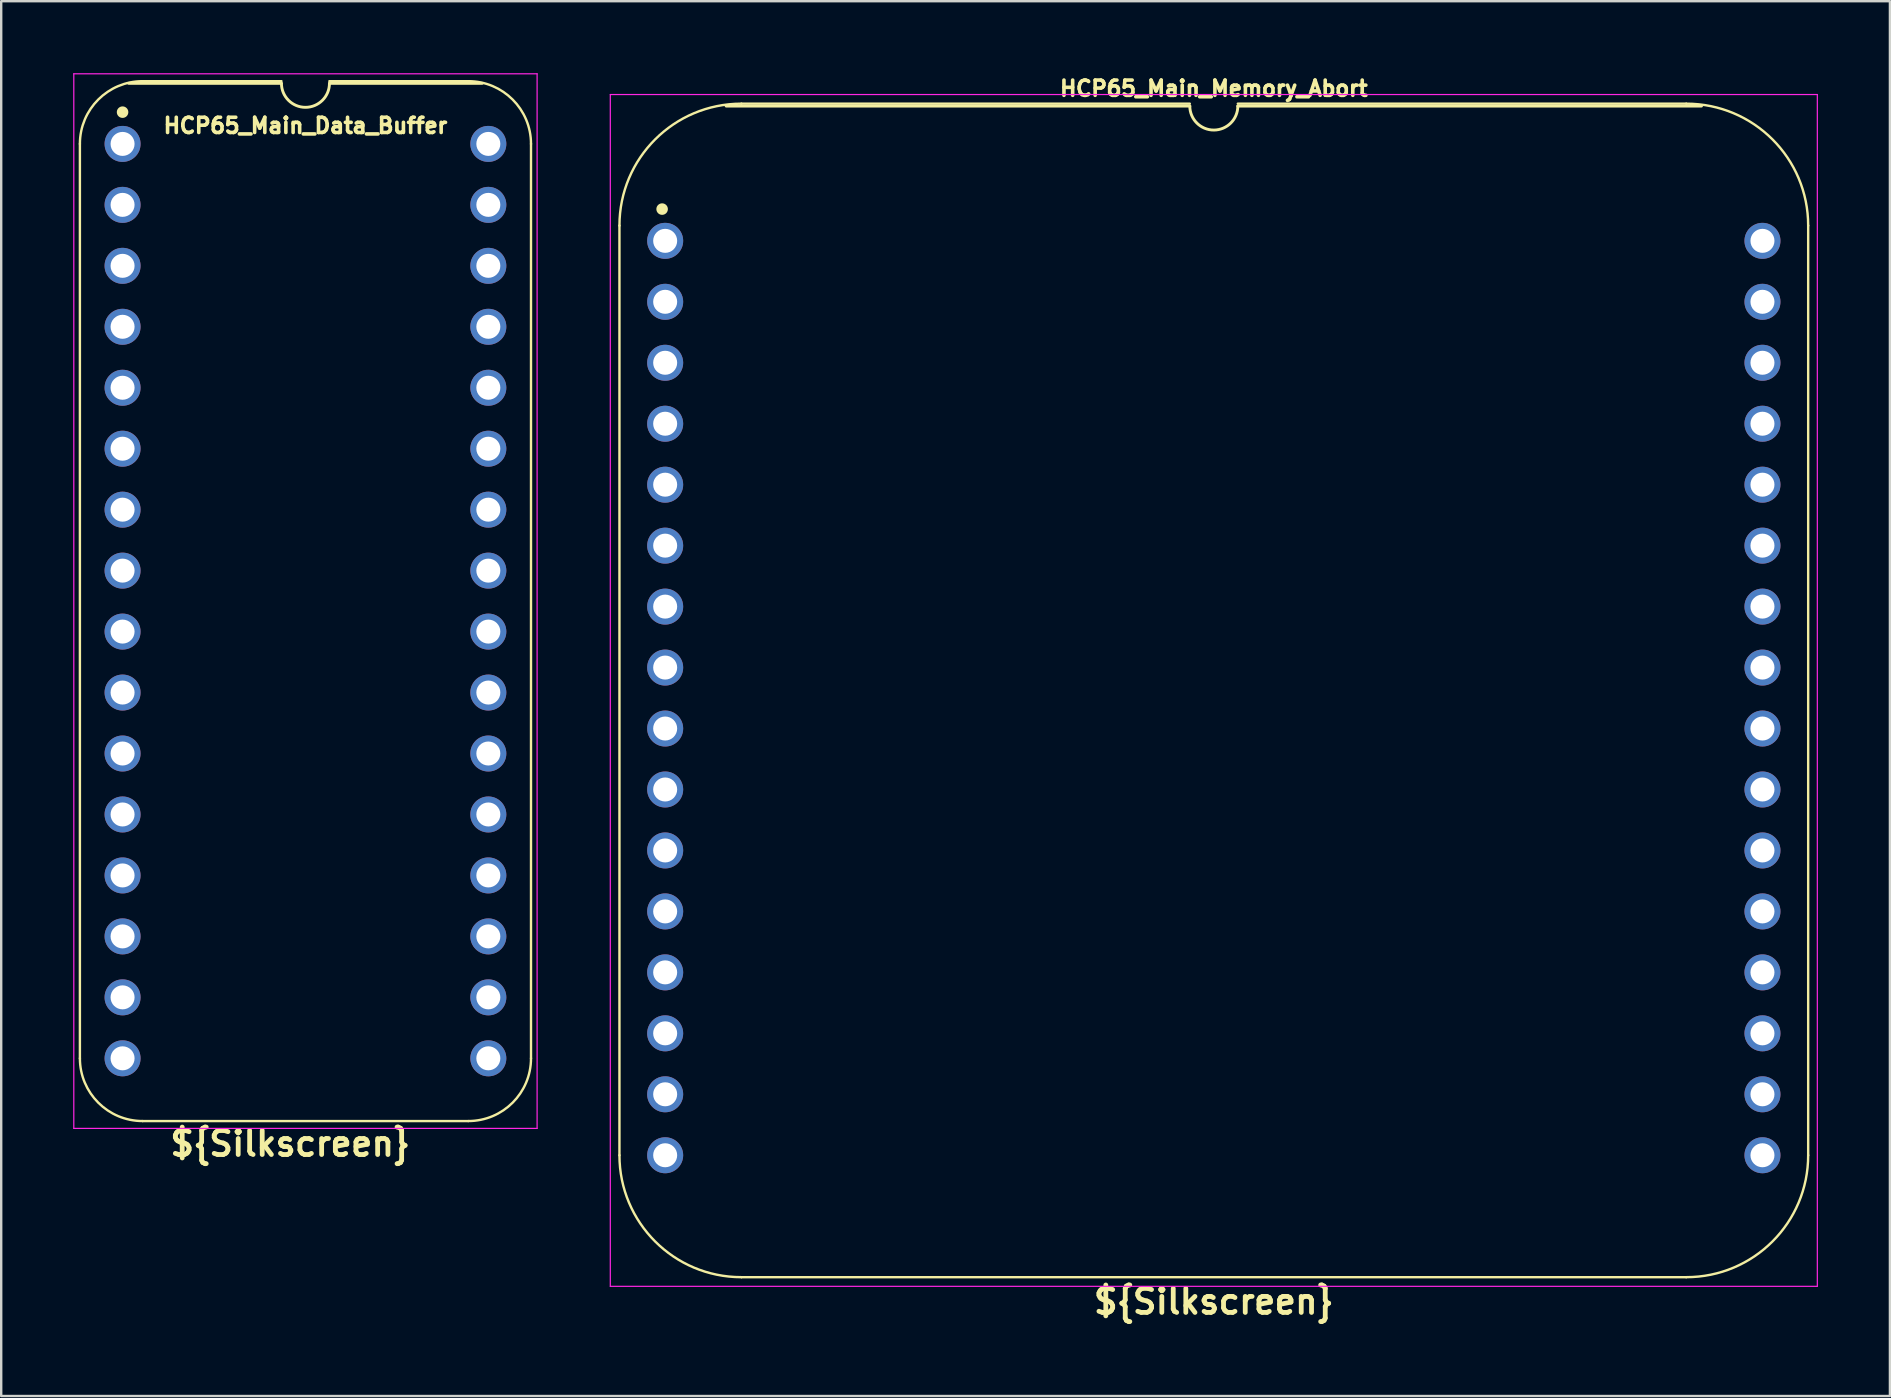
<source format=kicad_pcb>
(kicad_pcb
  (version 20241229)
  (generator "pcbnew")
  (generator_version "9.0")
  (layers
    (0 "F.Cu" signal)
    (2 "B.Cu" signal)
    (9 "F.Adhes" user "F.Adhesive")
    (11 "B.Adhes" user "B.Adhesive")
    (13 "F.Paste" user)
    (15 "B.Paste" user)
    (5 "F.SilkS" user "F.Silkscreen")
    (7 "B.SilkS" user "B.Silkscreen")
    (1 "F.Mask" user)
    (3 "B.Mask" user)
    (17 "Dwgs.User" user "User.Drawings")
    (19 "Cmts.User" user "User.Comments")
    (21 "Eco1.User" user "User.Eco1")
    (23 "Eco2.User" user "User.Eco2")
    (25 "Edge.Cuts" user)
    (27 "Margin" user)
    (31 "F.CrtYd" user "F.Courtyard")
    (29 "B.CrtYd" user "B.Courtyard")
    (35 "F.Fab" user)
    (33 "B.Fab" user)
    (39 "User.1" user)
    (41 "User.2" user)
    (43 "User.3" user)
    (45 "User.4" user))
  (footprint "HCP65_Main_Data_Buffer"
    (layer "F.Cu")
    (at 2.057 2.946)
    (property "Reference" "HCP65_Main_Data_Buffer" (at 7.62 -0.762 0) (layer "F.SilkS") (effects (font (size 0.635 0.635) (thickness 0.15))))
    (property "Silkscreen" "${Silkscreen}" (at 6.985 41.656 0) (layer "F.SilkS") (effects (font (size 1 1) (thickness 0.2))))
    (attr through_hole)
    (fp_line (start -1.778 38.1) (end -1.778 0) (stroke (width 0.1) (type solid)) (layer "F.SilkS"))
    (fp_line (start 0.836 -2.614) (end 6.62 -2.614) (stroke (width 0.1) (type solid)) (layer "F.SilkS"))
    (fp_line (start 6.62 -2.524) (end 0.254 -2.524) (stroke (width 0.12) (type solid)) (layer "F.SilkS"))
    (fp_line (start 8.616 -2.614) (end 14.404 -2.614) (stroke (width 0.1) (type solid)) (layer "F.SilkS"))
    (fp_line (start 14.404 40.714) (end 0.836 40.714) (stroke (width 0.1) (type solid)) (layer "F.SilkS"))
    (fp_line (start 14.986 -2.524) (end 8.62 -2.524) (stroke (width 0.12) (type solid)) (layer "F.SilkS"))
    (fp_line (start 17.018 38.1) (end 17.018 -0.000001) (stroke (width 0.1) (type solid)) (layer "F.SilkS"))
    (fp_arc (start -1.778 0) (mid -1.012456 -1.848188) (end 0.835732 -2.613732) (stroke (width 0.1) (type solid)) (layer "F.SilkS"))
    (fp_arc (start 0.835733 40.713733) (mid -1.012456 39.948189) (end -1.778 38.1) (stroke (width 0.1) (type solid)) (layer "F.SilkS"))
    (fp_arc (start 8.62 -2.524) (mid 7.62 -1.524) (end 6.62 -2.524) (stroke (width 0.12) (type solid)) (layer "F.SilkS"))
    (fp_arc (start 14.404267 -2.613733) (mid 16.252455 -1.848189) (end 17.017999 -0.000001) (stroke (width 0.1) (type solid)) (layer "F.SilkS"))
    (fp_arc (start 17.018 38.1) (mid 16.252455 39.948187) (end 14.404268 40.713732) (stroke (width 0.1) (type solid)) (layer "F.SilkS"))
    (fp_circle (center 0 -1.323) (end 0.18 -1.323) (stroke (width 0.12) (type solid)) (fill yes) (layer "F.SilkS"))
    (fp_line (start -2.032 -2.921) (end -2.032 41.021) (stroke (width 0.05) (type solid)) (layer "F.CrtYd"))
    (fp_line (start -2.032 -2.921) (end 17.272 -2.921) (stroke (width 0.05) (type solid)) (layer "F.CrtYd"))
    (fp_line (start -2.032 41.021) (end 17.272 41.021) (stroke (width 0.05) (type solid)) (layer "F.CrtYd"))
    (fp_line (start 17.272 -2.921) (end 17.272 41.021) (stroke (width 0.05) (type solid)) (layer "F.CrtYd"))
    (pad "1" thru_hole circle (at 0 0) (size 1.5 1.5) (drill 1) (layers "*.Cu" "*.Mask"))
    (pad "2" thru_hole circle (at 0 2.54) (size 1.5 1.5) (drill 1) (layers "*.Cu" "*.Mask"))
    (pad "3" thru_hole circle (at 0 5.08) (size 1.5 1.5) (drill 1) (layers "*.Cu" "*.Mask"))
    (pad "4" thru_hole circle (at 0 7.62) (size 1.5 1.5) (drill 1) (layers "*.Cu" "*.Mask"))
    (pad "5" thru_hole circle (at 0 10.16) (size 1.5 1.5) (drill 1) (layers "*.Cu" "*.Mask"))
    (pad "6" thru_hole circle (at 0 12.7) (size 1.5 1.5) (drill 1) (layers "*.Cu" "*.Mask"))
    (pad "7" thru_hole circle (at 0 15.24) (size 1.5 1.5) (drill 1) (layers "*.Cu" "*.Mask"))
    (pad "8" thru_hole circle (at 0 17.78) (size 1.5 1.5) (drill 1) (layers "*.Cu" "*.Mask"))
    (pad "9" thru_hole circle (at 0 20.32) (size 1.5 1.5) (drill 1) (layers "*.Cu" "*.Mask"))
    (pad "10" thru_hole circle (at 0 22.86) (size 1.5 1.5) (drill 1) (layers "*.Cu" "*.Mask"))
    (pad "11" thru_hole circle (at 0 25.4) (size 1.5 1.5) (drill 1) (layers "*.Cu" "*.Mask"))
    (pad "12" thru_hole circle (at 0 27.94) (size 1.5 1.5) (drill 1) (layers "*.Cu" "*.Mask"))
    (pad "13" thru_hole circle (at 0 30.48) (size 1.5 1.5) (drill 1) (layers "*.Cu" "*.Mask"))
    (pad "14" thru_hole circle (at 0 33.02) (size 1.5 1.5) (drill 1) (layers "*.Cu" "*.Mask"))
    (pad "15" thru_hole circle (at 0 35.56) (size 1.5 1.5) (drill 1) (layers "*.Cu" "*.Mask"))
    (pad "16" thru_hole circle (at 0 38.1) (size 1.5 1.5) (drill 1) (layers "*.Cu" "*.Mask"))
    (pad "17" thru_hole circle (at 15.24 38.1) (size 1.5 1.5) (drill 1) (layers "*.Cu" "*.Mask"))
    (pad "18" thru_hole circle (at 15.24 35.56) (size 1.5 1.5) (drill 1) (layers "*.Cu" "*.Mask"))
    (pad "19" thru_hole circle (at 15.24 33.02) (size 1.5 1.5) (drill 1) (layers "*.Cu" "*.Mask"))
    (pad "20" thru_hole circle (at 15.24 30.48) (size 1.5 1.5) (drill 1) (layers "*.Cu" "*.Mask"))
    (pad "21" thru_hole circle (at 15.24 27.94) (size 1.5 1.5) (drill 1) (layers "*.Cu" "*.Mask"))
    (pad "22" thru_hole circle (at 15.24 25.4) (size 1.5 1.5) (drill 1) (layers "*.Cu" "*.Mask"))
    (pad "23" thru_hole circle (at 15.24 22.86) (size 1.5 1.5) (drill 1) (layers "*.Cu" "*.Mask"))
    (pad "24" thru_hole circle (at 15.24 20.32) (size 1.5 1.5) (drill 1) (layers "*.Cu" "*.Mask"))
    (pad "25" thru_hole circle (at 15.24 17.78) (size 1.5 1.5) (drill 1) (layers "*.Cu" "*.Mask"))
    (pad "26" thru_hole circle (at 15.24 15.24) (size 1.5 1.5) (drill 1) (layers "*.Cu" "*.Mask"))
    (pad "27" thru_hole circle (at 15.24 12.7) (size 1.5 1.5) (drill 1) (layers "*.Cu" "*.Mask"))
    (pad "28" thru_hole circle (at 15.24 10.16) (size 1.5 1.5) (drill 1) (layers "*.Cu" "*.Mask"))
    (pad "29" thru_hole circle (at 15.24 7.62) (size 1.5 1.5) (drill 1) (layers "*.Cu" "*.Mask"))
    (pad "30" thru_hole circle (at 15.24 5.08) (size 1.5 1.5) (drill 1) (layers "*.Cu" "*.Mask"))
    (pad "31" thru_hole circle (at 15.24 2.54) (size 1.5 1.5) (drill 1) (layers "*.Cu" "*.Mask"))
    (pad "32" thru_hole circle (at 15.24 0) (size 1.5 1.5) (drill 1) (layers "*.Cu" "*.Mask")))
  (footprint "HCP65_Main_Memory_Abort"
    (layer "F.Cu")
    (at 24.665 6.985)
    (property "Reference" "HCP65_Main_Memory_Abort" (at 22.86 -6.35 0) (layer "F.SilkS") (effects (font (size 0.635 0.635) (thickness 0.15))))
    (property "Silkscreen" "${Silkscreen}" (at 22.86 44.196 0) (layer "F.SilkS") (effects (font (size 1 1) (thickness 0.2))))
    (attr through_hole)
    (fp_line (start -1.905 -0.635) (end -1.905 38.1) (stroke (width 0.1) (type solid)) (layer "F.SilkS"))
    (fp_line (start 21.86 -5.715) (end 3.175 -5.715) (stroke (width 0.1) (type solid)) (layer "F.SilkS"))
    (fp_line (start 21.86 -5.616) (end 2.54 -5.616) (stroke (width 0.12) (type solid)) (layer "F.SilkS"))
    (fp_line (start 42.545 -5.715) (end 23.86 -5.715) (stroke (width 0.1) (type solid)) (layer "F.SilkS"))
    (fp_line (start 42.545 43.18) (end 3.175 43.18) (stroke (width 0.1) (type solid)) (layer "F.SilkS"))
    (fp_line (start 43.18 -5.616) (end 23.86 -5.616) (stroke (width 0.12) (type solid)) (layer "F.SilkS"))
    (fp_line (start 47.625 38.1) (end 47.625 -0.635) (stroke (width 0.1) (type solid)) (layer "F.SilkS"))
    (fp_arc (start -1.905 -0.635) (mid -0.417102 -4.227102) (end 3.175 -5.715) (stroke (width 0.1) (type solid)) (layer "F.SilkS"))
    (fp_arc (start 3.175 43.18) (mid -0.417102 41.692102) (end -1.905 38.1) (stroke (width 0.1) (type solid)) (layer "F.SilkS"))
    (fp_arc (start 23.86 -5.616) (mid 22.86 -4.616) (end 21.86 -5.616) (stroke (width 0.12) (type solid)) (layer "F.SilkS"))
    (fp_arc (start 42.545 -5.715) (mid 46.137102 -4.227102) (end 47.625 -0.635) (stroke (width 0.1) (type solid)) (layer "F.SilkS"))
    (fp_arc (start 47.625 38.1) (mid 46.137102 41.692102) (end 42.545 43.18) (stroke (width 0.1) (type solid)) (layer "F.SilkS"))
    (fp_circle (center -0.127 -1.323) (end 0.053 -1.323) (stroke (width 0.12) (type solid)) (fill yes) (layer "F.SilkS"))
    (fp_line (start -2.286 -6.096) (end -2.286 43.561) (stroke (width 0.05) (type solid)) (layer "F.CrtYd"))
    (fp_line (start -2.286 -6.096) (end 48.006 -6.096) (stroke (width 0.05) (type solid)) (layer "F.CrtYd"))
    (fp_line (start -2.286 43.561) (end 48.006 43.561) (stroke (width 0.05) (type solid)) (layer "F.CrtYd"))
    (fp_line (start 48.006 43.561) (end 48.006 -6.096) (stroke (width 0.05) (type solid)) (layer "F.CrtYd"))
    (pad "1" thru_hole circle (at 0 0) (size 1.5 1.5) (drill 1) (layers "*.Cu" "*.Mask"))
    (pad "2" thru_hole circle (at 0 2.54) (size 1.5 1.5) (drill 1) (layers "*.Cu" "*.Mask"))
    (pad "3" thru_hole circle (at 0 5.08) (size 1.5 1.5) (drill 1) (layers "*.Cu" "*.Mask"))
    (pad "4" thru_hole circle (at 0 7.62) (size 1.5 1.5) (drill 1) (layers "*.Cu" "*.Mask"))
    (pad "5" thru_hole circle (at 0 10.16) (size 1.5 1.5) (drill 1) (layers "*.Cu" "*.Mask"))
    (pad "6" thru_hole circle (at 0 12.7) (size 1.5 1.5) (drill 1) (layers "*.Cu" "*.Mask"))
    (pad "7" thru_hole circle (at 0 15.24) (size 1.5 1.5) (drill 1) (layers "*.Cu" "*.Mask"))
    (pad "8" thru_hole circle (at 0 17.78) (size 1.5 1.5) (drill 1) (layers "*.Cu" "*.Mask"))
    (pad "9" thru_hole circle (at 0 20.32) (size 1.5 1.5) (drill 1) (layers "*.Cu" "*.Mask"))
    (pad "10" thru_hole circle (at 0 22.86) (size 1.5 1.5) (drill 1) (layers "*.Cu" "*.Mask"))
    (pad "11" thru_hole circle (at 0 25.4) (size 1.5 1.5) (drill 1) (layers "*.Cu" "*.Mask"))
    (pad "12" thru_hole circle (at 0 27.94) (size 1.5 1.5) (drill 1) (layers "*.Cu" "*.Mask"))
    (pad "13" thru_hole circle (at 0 30.48) (size 1.5 1.5) (drill 1) (layers "*.Cu" "*.Mask"))
    (pad "14" thru_hole circle (at 0 33.02) (size 1.5 1.5) (drill 1) (layers "*.Cu" "*.Mask"))
    (pad "15" thru_hole circle (at 0 35.56) (size 1.5 1.5) (drill 1) (layers "*.Cu" "*.Mask"))
    (pad "16" thru_hole circle (at 0 38.1) (size 1.5 1.5) (drill 1) (layers "*.Cu" "*.Mask"))
    (pad "17" thru_hole circle (at 45.72 38.1) (size 1.5 1.5) (drill 1) (layers "*.Cu" "*.Mask"))
    (pad "18" thru_hole circle (at 45.72 35.56) (size 1.5 1.5) (drill 1) (layers "*.Cu" "*.Mask"))
    (pad "19" thru_hole circle (at 45.72 33.02) (size 1.5 1.5) (drill 1) (layers "*.Cu" "*.Mask"))
    (pad "20" thru_hole circle (at 45.72 30.48) (size 1.5 1.5) (drill 1) (layers "*.Cu" "*.Mask"))
    (pad "21" thru_hole circle (at 45.72 27.94) (size 1.5 1.5) (drill 1) (layers "*.Cu" "*.Mask"))
    (pad "22" thru_hole circle (at 45.72 25.4) (size 1.5 1.5) (drill 1) (layers "*.Cu" "*.Mask"))
    (pad "23" thru_hole circle (at 45.72 22.86) (size 1.5 1.5) (drill 1) (layers "*.Cu" "*.Mask"))
    (pad "24" thru_hole circle (at 45.72 20.32) (size 1.5 1.5) (drill 1) (layers "*.Cu" "*.Mask"))
    (pad "25" thru_hole circle (at 45.72 17.78) (size 1.5 1.5) (drill 1) (layers "*.Cu" "*.Mask"))
    (pad "26" thru_hole circle (at 45.72 15.24) (size 1.5 1.5) (drill 1) (layers "*.Cu" "*.Mask"))
    (pad "27" thru_hole circle (at 45.72 12.7) (size 1.5 1.5) (drill 1) (layers "*.Cu" "*.Mask"))
    (pad "28" thru_hole circle (at 45.72 10.16) (size 1.5 1.5) (drill 1) (layers "*.Cu" "*.Mask"))
    (pad "29" thru_hole circle (at 45.72 7.62) (size 1.5 1.5) (drill 1) (layers "*.Cu" "*.Mask"))
    (pad "30" thru_hole circle (at 45.72 5.08) (size 1.5 1.5) (drill 1) (layers "*.Cu" "*.Mask"))
    (pad "31" thru_hole circle (at 45.72 2.54) (size 1.5 1.5) (drill 1) (layers "*.Cu" "*.Mask"))
    (pad "32" thru_hole circle (at 45.72 0) (size 1.5 1.5) (drill 1) (layers "*.Cu" "*.Mask")))
  (gr_rect
    (start -3 -3)
    (end 75.696 55.117)
    (stroke (width 0.1) (type default))
    (fill no)
    (layer "Edge.Cuts")))
</source>
